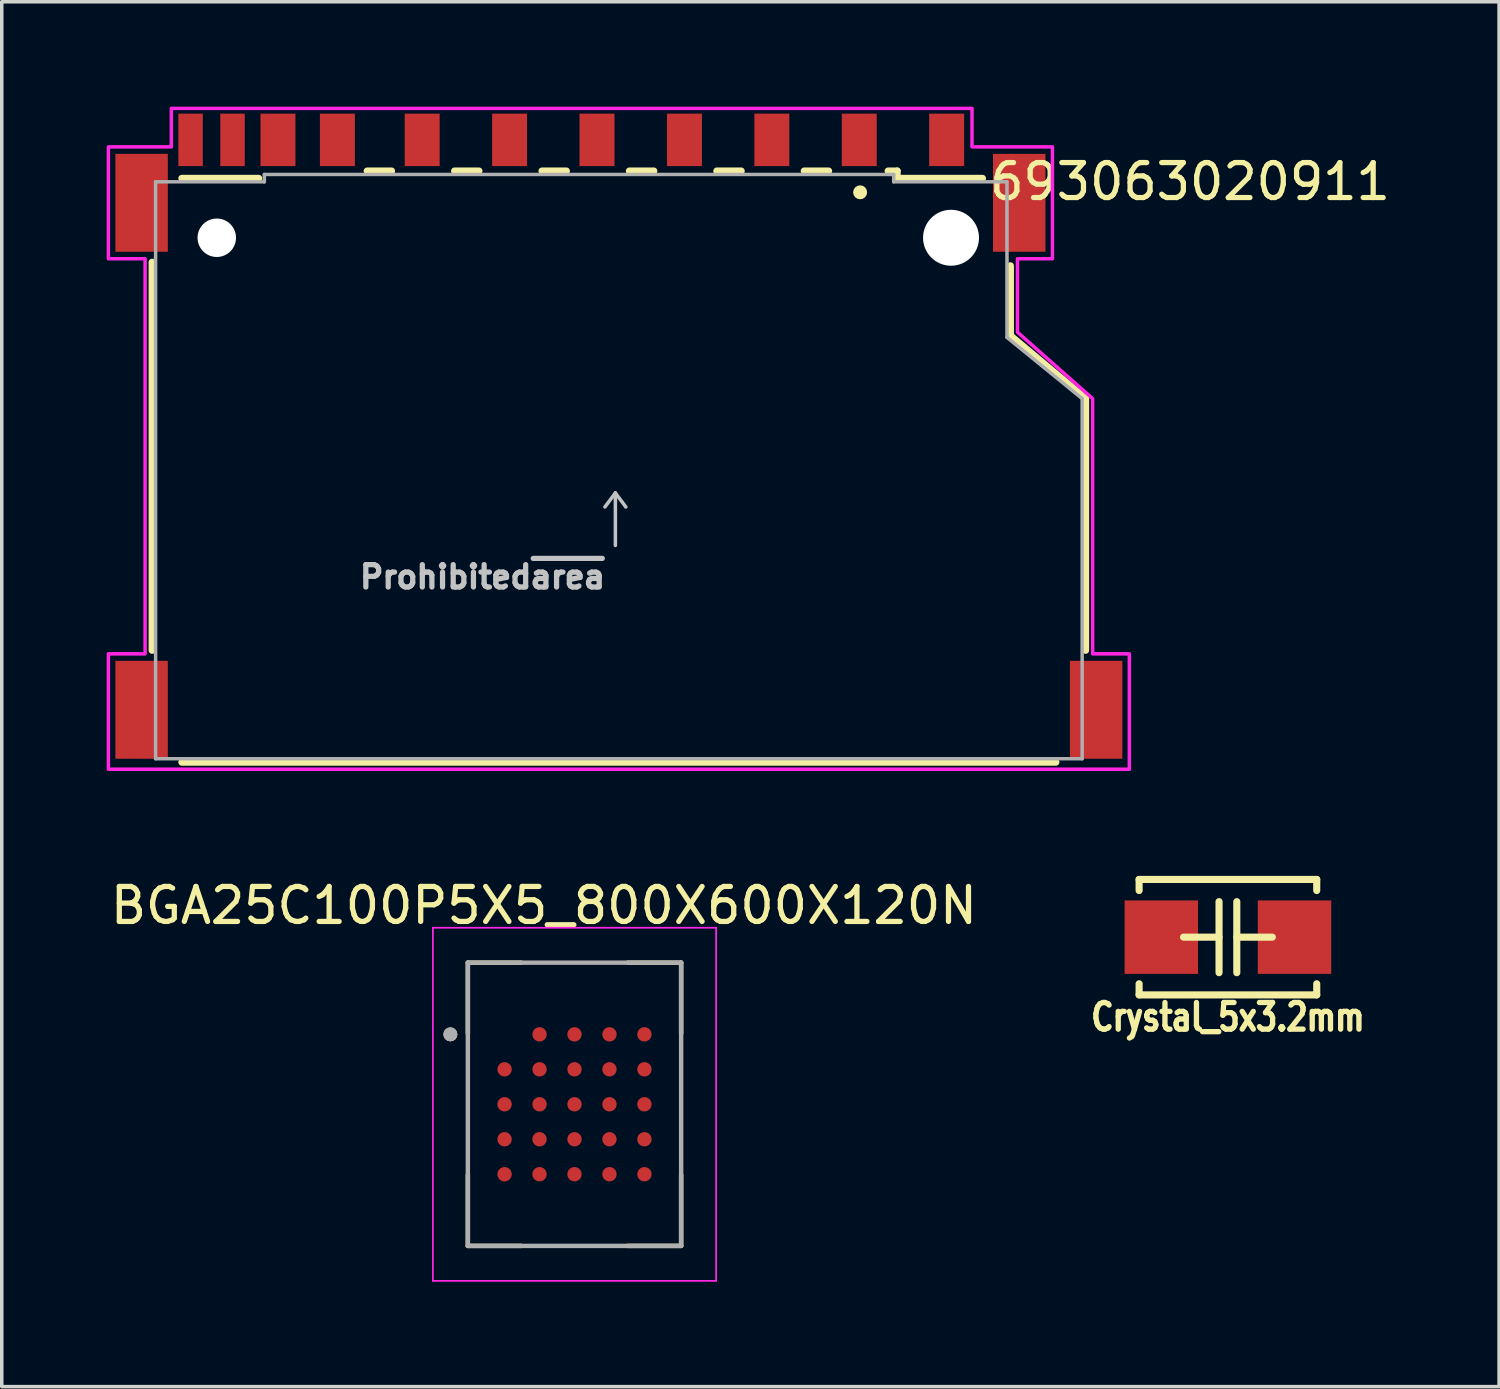
<source format=kicad_pcb>
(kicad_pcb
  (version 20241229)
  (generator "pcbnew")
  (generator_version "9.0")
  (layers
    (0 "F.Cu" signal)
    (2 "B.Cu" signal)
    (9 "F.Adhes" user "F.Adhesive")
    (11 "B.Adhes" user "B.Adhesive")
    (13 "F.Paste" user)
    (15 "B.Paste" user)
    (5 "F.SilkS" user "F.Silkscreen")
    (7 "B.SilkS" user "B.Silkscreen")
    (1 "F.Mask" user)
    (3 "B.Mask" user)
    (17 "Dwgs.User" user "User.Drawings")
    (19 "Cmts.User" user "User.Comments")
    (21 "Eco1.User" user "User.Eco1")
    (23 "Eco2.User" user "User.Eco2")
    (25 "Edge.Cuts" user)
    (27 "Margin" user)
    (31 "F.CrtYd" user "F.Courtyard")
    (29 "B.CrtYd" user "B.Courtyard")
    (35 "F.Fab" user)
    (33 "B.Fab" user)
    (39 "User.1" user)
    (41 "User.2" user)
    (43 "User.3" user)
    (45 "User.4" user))
  (footprint "693063020911"
    (layer "F.Cu")
    (at 14.65 10.4)
    (property "Reference" "693063020911" (at 16.335 -8.255 0) (layer "F.SilkS") (effects (font (size 1 1) (thickness 0.15))))
    (attr smd)
    (fp_line (start -13.35 -5.95) (end -13.35 5.15) (stroke (width 0.2) (type solid)) (layer "F.SilkS"))
    (fp_line (start -12.5 -8.35) (end -10.3 -8.35) (stroke (width 0.2) (type solid)) (layer "F.SilkS"))
    (fp_line (start -12.5 8.35) (end 12.5 8.35) (stroke (width 0.2) (type solid)) (layer "F.SilkS"))
    (fp_line (start -7.2 -8.56) (end -6.5 -8.56) (stroke (width 0.2) (type solid)) (layer "F.SilkS"))
    (fp_line (start -4.7 -8.56) (end -4 -8.56) (stroke (width 0.2) (type solid)) (layer "F.SilkS"))
    (fp_line (start -2.2 -8.56) (end -1.5 -8.56) (stroke (width 0.2) (type solid)) (layer "F.SilkS"))
    (fp_line (start 0.3 -8.56) (end 1 -8.56) (stroke (width 0.2) (type solid)) (layer "F.SilkS"))
    (fp_line (start 2.8 -8.56) (end 3.5 -8.56) (stroke (width 0.2) (type solid)) (layer "F.SilkS"))
    (fp_line (start 5.3 -8.56) (end 6 -8.56) (stroke (width 0.2) (type solid)) (layer "F.SilkS"))
    (fp_line (start 7.7 -8.56) (end 7.96 -8.56) (stroke (width 0.2) (type solid)) (layer "F.SilkS"))
    (fp_line (start 7.96 -8.56) (end 7.96 -8.35) (stroke (width 0.2) (type solid)) (layer "F.SilkS"))
    (fp_line (start 7.96 -8.35) (end 10.4 -8.35) (stroke (width 0.2) (type solid)) (layer "F.SilkS"))
    (fp_line (start 11.2 -5.85) (end 11.2 -3.85) (stroke (width 0.2) (type solid)) (layer "F.SilkS"))
    (fp_line (start 11.2 -3.85) (end 13.35 -2.05) (stroke (width 0.2) (type solid)) (layer "F.SilkS"))
    (fp_line (start 13.35 -2.05) (end 13.35 5.15) (stroke (width 0.2) (type solid)) (layer "F.SilkS"))
    (fp_circle (center 6.9 -7.95) (end 7 -7.95) (stroke (width 0.2) (type solid)) (fill no) (layer "F.SilkS"))
    (fp_line (start -0.1 0.65) (end -0.4 1.05) (stroke (width 0.1) (type solid)) (layer "Dwgs.User"))
    (fp_line (start -0.1 0.65) (end -0.1 2.15) (stroke (width 0.1) (type solid)) (layer "Dwgs.User"))
    (fp_line (start -0.1 0.65) (end 0.2 1.05) (stroke (width 0.1) (type solid)) (layer "Dwgs.User"))
    (fp_poly (pts (xy 10.1 -10.35) (xy 10.1 -9.25) (xy 12.4 -9.25) (xy 12.4 -6.05) (xy 11.4 -6.05) (xy 11.4 -3.95) (xy 13.55 -2.05) (xy 13.55 5.25) (xy 14.6 5.25) (xy 14.6 8.55) (xy -14.6 8.55) (xy -14.6 5.25) (xy -13.55 5.25) (xy -13.55 -6.05) (xy -14.6 -6.05) (xy -14.6 -9.25) (xy -12.8 -9.25) (xy -12.8 -10.35)) (stroke (width 0.1) (type solid)) (fill no) (layer "F.CrtYd"))
    (fp_line (start -13.25 -8.25) (end -10.14 -8.25) (stroke (width 0.1) (type solid)) (layer "F.Fab"))
    (fp_line (start -13.25 8.25) (end -13.25 -8.25) (stroke (width 0.1) (type solid)) (layer "F.Fab"))
    (fp_line (start -13.25 8.25) (end 13.25 8.25) (stroke (width 0.1) (type solid)) (layer "F.Fab"))
    (fp_line (start -10.14 -8.46) (end 7.86 -8.46) (stroke (width 0.1) (type solid)) (layer "F.Fab"))
    (fp_line (start -10.14 -8.25) (end -10.14 -8.46) (stroke (width 0.1) (type solid)) (layer "F.Fab"))
    (fp_line (start 7.86 -8.46) (end 7.86 -8.25) (stroke (width 0.1) (type solid)) (layer "F.Fab"))
    (fp_line (start 7.86 -8.25) (end 11.1 -8.25) (stroke (width 0.1) (type solid)) (layer "F.Fab"))
    (fp_line (start 11.1 -8.25) (end 11.1 -3.8) (stroke (width 0.1) (type solid)) (layer "F.Fab"))
    (fp_line (start 11.1 -3.8) (end 13.25 -2.05) (stroke (width 0.1) (type solid)) (layer "F.Fab"))
    (fp_line (start 13.25 -2.05) (end 13.25 8.25) (stroke (width 0.1) (type solid)) (layer "F.Fab"))
    (fp_text user "Prohibited~{area}" (at -3.9 3.05 0) (layer "Dwgs.User") (effects (font (size 0.64 0.64) (thickness 0.15))))
    (pad "" np_thru_hole circle (at -11.5 -6.65) (size 1.1 1.1) (drill 1.1) (layers "*.Cu" "*.Mask"))
    (pad "" np_thru_hole circle (at 9.5 -6.65) (size 1.6 1.6) (drill 1.6) (layers "*.Cu" "*.Mask"))
    (pad "1" smd rect (at 6.875 -9.45) (size 1 1.5) (layers "F.Cu" "F.Mask" "F.Paste"))
    (pad "2" smd rect (at 4.375 -9.45) (size 1 1.5) (layers "F.Cu" "F.Mask" "F.Paste"))
    (pad "3" smd rect (at 1.875 -9.45) (size 1 1.5) (layers "F.Cu" "F.Mask" "F.Paste"))
    (pad "4" smd rect (at -0.625 -9.45) (size 1 1.5) (layers "F.Cu" "F.Mask" "F.Paste"))
    (pad "5" smd rect (at -3.125 -9.45) (size 1 1.5) (layers "F.Cu" "F.Mask" "F.Paste"))
    (pad "6" smd rect (at -5.625 -9.45) (size 1 1.5) (layers "F.Cu" "F.Mask" "F.Paste"))
    (pad "7" smd rect (at -8.05 -9.45) (size 1 1.5) (layers "F.Cu" "F.Mask" "F.Paste"))
    (pad "8" smd rect (at -9.75 -9.45) (size 1 1.5) (layers "F.Cu" "F.Mask" "F.Paste"))
    (pad "9" smd rect (at 9.375 -9.45) (size 1 1.5) (layers "F.Cu" "F.Mask" "F.Paste"))
    (pad "CD" smd rect (at -11.05 -9.45) (size 0.7 1.5) (layers "F.Cu" "F.Mask" "F.Paste"))
    (pad "S1" smd rect (at -13.65 -7.65) (size 1.5 2.8) (layers "F.Cu" "F.Mask" "F.Paste"))
    (pad "S2" smd rect (at 11.45 -7.65) (size 1.5 2.8) (layers "F.Cu" "F.Mask" "F.Paste"))
    (pad "S3" smd rect (at 13.65 6.85) (size 1.5 2.8) (layers "F.Cu" "F.Mask" "F.Paste"))
    (pad "S4" smd rect (at -13.65 6.85) (size 1.5 2.8) (layers "F.Cu" "F.Mask" "F.Paste"))
    (pad "WP" smd rect (at -12.25 -9.45) (size 0.7 1.5) (layers "F.Cu" "F.Mask" "F.Paste"))
    (zone (net_name "") (layers "F.Cu" "B.Cu") (hatch full 0.508) (connect_pads) (min_thickness 0.01) (filled_areas_thickness no) (keepout (tracks allowed) (vias not_allowed) (pads allowed) (copperpour allowed) (footprints allowed)) (placement (enabled no)) (fill) (polygon (pts (xy 4.9 8.95) (xy 6.1 8.95) (xy 6.1 10.45) (xy 4.9 10.45))))
    (zone (net_name "") (layers "F.Cu" "B.Cu") (hatch full 0.508) (connect_pads) (min_thickness 0.01) (filled_areas_thickness no) (keepout (tracks allowed) (vias not_allowed) (pads allowed) (copperpour allowed) (footprints allowed)) (placement (enabled no)) (fill) (polygon (pts (xy 6.6 8.95) (xy 7.8 8.95) (xy 7.8 10.45) (xy 6.6 10.45))))
    (zone (net_name "") (layers "F.Cu" "B.Cu") (hatch full 0.508) (connect_pads) (min_thickness 0.01) (filled_areas_thickness no) (keepout (tracks allowed) (vias not_allowed) (pads allowed) (copperpour allowed) (footprints allowed)) (placement (enabled no)) (fill) (polygon (pts (xy 9.02 8.95) (xy 10.22 8.95) (xy 10.22 10.45) (xy 9.02 10.45))))
    (zone (net_name "") (layers "F.Cu" "B.Cu") (hatch full 0.508) (connect_pads) (min_thickness 0.01) (filled_areas_thickness no) (keepout (tracks allowed) (vias not_allowed) (pads allowed) (copperpour allowed) (footprints allowed)) (placement (enabled no)) (fill) (polygon (pts (xy 11.52 8.95) (xy 12.72 8.95) (xy 12.72 10.45) (xy 11.52 10.45))))
    (zone (net_name "") (layers "F.Cu" "B.Cu") (hatch full 0.508) (connect_pads) (min_thickness 0.01) (filled_areas_thickness no) (keepout (tracks allowed) (vias not_allowed) (pads allowed) (copperpour allowed) (footprints allowed)) (placement (enabled no)) (fill) (polygon (pts (xy 14.02 9.35) (xy 15.22 9.35) (xy 15.22 10.85) (xy 14.02 10.85))))
    (zone (net_name "") (layers "F.Cu" "B.Cu") (hatch full 0.508) (connect_pads) (min_thickness 0.01) (filled_areas_thickness no) (keepout (tracks allowed) (vias not_allowed) (pads allowed) (copperpour allowed) (footprints allowed)) (placement (enabled no)) (fill) (polygon (pts (xy 16.52 9.35) (xy 17.72 9.35) (xy 17.72 10.85) (xy 16.52 10.85))))
    (zone (net_name "") (layers "F.Cu" "B.Cu") (hatch full 0.508) (connect_pads) (min_thickness 0.01) (filled_areas_thickness no) (keepout (tracks allowed) (vias not_allowed) (pads allowed) (copperpour allowed) (footprints allowed)) (placement (enabled no)) (fill) (polygon (pts (xy 19.02 8.95) (xy 20.22 8.95) (xy 20.22 10.45) (xy 19.02 10.45))))
    (zone (net_name "") (layers "F.Cu" "B.Cu") (hatch full 0.508) (connect_pads) (min_thickness 0.01) (filled_areas_thickness no) (keepout (tracks allowed) (vias not_allowed) (pads allowed) (copperpour allowed) (footprints allowed)) (placement (enabled no)) (fill) (polygon (pts (xy 21.52 8.95) (xy 22.72 8.95) (xy 22.72 10.45) (xy 21.52 10.45))))
    (zone (net_name "") (layers "F.Cu" "B.Cu") (hatch full 0.508) (connect_pads) (min_thickness 0.01) (filled_areas_thickness no) (keepout (tracks allowed) (vias not_allowed) (pads allowed) (copperpour allowed) (footprints allowed)) (placement (enabled no)) (fill) (polygon (pts (xy 24.02 11.15) (xy 25.22 11.15) (xy 25.22 12.65) (xy 24.02 12.65)))))
  (footprint "Crystal_5x3.2mm"
    (layer "F.Cu")
    (at 32.069 23.753)
    (property "Reference" "Crystal_5x3.2mm" (at 0 2.286 0) (layer "F.SilkS") (effects (font (size 0.762 0.61) (thickness 0.152))))
    (attr smd)
    (fp_line (start -2.54 -1.651) (end -2.54 -1.333) (stroke (width 0.203) (type solid)) (layer "F.SilkS"))
    (fp_line (start -2.54 -1.651) (end 2.54 -1.651) (stroke (width 0.203) (type solid)) (layer "F.SilkS"))
    (fp_line (start -2.54 1.651) (end -2.54 1.333) (stroke (width 0.203) (type solid)) (layer "F.SilkS"))
    (fp_line (start -2.54 1.651) (end 2.54 1.651) (stroke (width 0.203) (type solid)) (layer "F.SilkS"))
    (fp_line (start -0.254 -1.016) (end -0.254 1.016) (stroke (width 0.203) (type solid)) (layer "F.SilkS"))
    (fp_line (start -0.254 0) (end -1.27 0) (stroke (width 0.203) (type solid)) (layer "F.SilkS"))
    (fp_line (start 0.254 -1.016) (end 0.254 1.016) (stroke (width 0.203) (type solid)) (layer "F.SilkS"))
    (fp_line (start 0.254 0) (end 1.27 0) (stroke (width 0.203) (type solid)) (layer "F.SilkS"))
    (fp_line (start 2.54 -1.651) (end 2.54 -1.333) (stroke (width 0.203) (type solid)) (layer "F.SilkS"))
    (fp_line (start 2.54 1.651) (end 2.54 1.333) (stroke (width 0.203) (type solid)) (layer "F.SilkS"))
    (pad "1" smd rect (at -1.905 0) (size 2.101 2.101) (layers "F.Cu" "F.Mask" "F.Paste"))
    (pad "2" smd rect (at 1.905 0) (size 2.101 2.101) (layers "F.Cu" "F.Mask" "F.Paste")))
  (footprint "BGA25C100P5X5_800X600X120N"
    (layer "F.Cu")
    (at 13.381 28.533)
    (property "Reference" "BGA25C100P5X5_800X600X120N" (at -0.875 -5.685 0) (layer "F.SilkS") (effects (font (size 1 1) (thickness 0.15))))
    (attr smd)
    (fp_line (start -3.05 -4.05) (end -3.05 -2.025) (stroke (width 0.127) (type solid)) (layer "F.SilkS"))
    (fp_line (start -3.05 -4.05) (end -1.525 -4.05) (stroke (width 0.127) (type solid)) (layer "F.SilkS"))
    (fp_line (start -3.05 4.05) (end -3.05 2.025) (stroke (width 0.127) (type solid)) (layer "F.SilkS"))
    (fp_line (start -3.05 4.05) (end -1.525 4.05) (stroke (width 0.127) (type solid)) (layer "F.SilkS"))
    (fp_line (start 3.05 -4.05) (end 1.525 -4.05) (stroke (width 0.127) (type solid)) (layer "F.SilkS"))
    (fp_line (start 3.05 -4.05) (end 3.05 -2.025) (stroke (width 0.127) (type solid)) (layer "F.SilkS"))
    (fp_line (start 3.05 4.05) (end 1.525 4.05) (stroke (width 0.127) (type solid)) (layer "F.SilkS"))
    (fp_line (start 3.05 4.05) (end 3.05 2.025) (stroke (width 0.127) (type solid)) (layer "F.SilkS"))
    (fp_circle (center -3.55 -2) (end -3.45 -2) (stroke (width 0.2) (type solid)) (fill no) (layer "F.SilkS"))
    (fp_line (start -4.05 -5.05) (end 4.05 -5.05) (stroke (width 0.05) (type solid)) (layer "F.CrtYd"))
    (fp_line (start -4.05 5.05) (end -4.05 -5.05) (stroke (width 0.05) (type solid)) (layer "F.CrtYd"))
    (fp_line (start -4.05 5.05) (end 4.05 5.05) (stroke (width 0.05) (type solid)) (layer "F.CrtYd"))
    (fp_line (start 4.05 5.05) (end 4.05 -5.05) (stroke (width 0.05) (type solid)) (layer "F.CrtYd"))
    (fp_line (start -3.05 4.05) (end -3.05 -4.05) (stroke (width 0.127) (type solid)) (layer "F.Fab"))
    (fp_line (start 3.05 -4.05) (end -3.05 -4.05) (stroke (width 0.127) (type solid)) (layer "F.Fab"))
    (fp_line (start 3.05 4.05) (end -3.05 4.05) (stroke (width 0.127) (type solid)) (layer "F.Fab"))
    (fp_line (start 3.05 4.05) (end 3.05 -4.05) (stroke (width 0.127) (type solid)) (layer "F.Fab"))
    (fp_circle (center -3.55 -2) (end -3.45 -2) (stroke (width 0.2) (type solid)) (fill no) (layer "F.Fab"))
    (pad "A2" smd circle (at -1 -2) (size 0.41 0.41) (layers "F.Cu" "F.Mask" "F.Paste"))
    (pad "A3" smd circle (at 0 -2) (size 0.41 0.41) (layers "F.Cu" "F.Mask" "F.Paste"))
    (pad "A4" smd circle (at 1 -2) (size 0.41 0.41) (layers "F.Cu" "F.Mask" "F.Paste"))
    (pad "A5" smd circle (at 2 -2) (size 0.41 0.41) (layers "F.Cu" "F.Mask" "F.Paste"))
    (pad "B1" smd circle (at -2 -1) (size 0.41 0.41) (layers "F.Cu" "F.Mask" "F.Paste"))
    (pad "B2" smd circle (at -1 -1) (size 0.41 0.41) (layers "F.Cu" "F.Mask" "F.Paste"))
    (pad "B3" smd circle (at 0 -1) (size 0.41 0.41) (layers "F.Cu" "F.Mask" "F.Paste"))
    (pad "B4" smd circle (at 1 -1) (size 0.41 0.41) (layers "F.Cu" "F.Mask" "F.Paste"))
    (pad "B5" smd circle (at 2 -1) (size 0.41 0.41) (layers "F.Cu" "F.Mask" "F.Paste"))
    (pad "C1" smd circle (at -2 0) (size 0.41 0.41) (layers "F.Cu" "F.Mask" "F.Paste"))
    (pad "C2" smd circle (at -1 0) (size 0.41 0.41) (layers "F.Cu" "F.Mask" "F.Paste"))
    (pad "C3" smd circle (at 0 0) (size 0.41 0.41) (layers "F.Cu" "F.Mask" "F.Paste"))
    (pad "C4" smd circle (at 1 0) (size 0.41 0.41) (layers "F.Cu" "F.Mask" "F.Paste"))
    (pad "C5" smd circle (at 2 0) (size 0.41 0.41) (layers "F.Cu" "F.Mask" "F.Paste"))
    (pad "D1" smd circle (at -2 1) (size 0.41 0.41) (layers "F.Cu" "F.Mask" "F.Paste"))
    (pad "D2" smd circle (at -1 1) (size 0.41 0.41) (layers "F.Cu" "F.Mask" "F.Paste"))
    (pad "D3" smd circle (at 0 1) (size 0.41 0.41) (layers "F.Cu" "F.Mask" "F.Paste"))
    (pad "D4" smd circle (at 1 1) (size 0.41 0.41) (layers "F.Cu" "F.Mask" "F.Paste"))
    (pad "D5" smd circle (at 2 1) (size 0.41 0.41) (layers "F.Cu" "F.Mask" "F.Paste"))
    (pad "E1" smd circle (at -2 2) (size 0.41 0.41) (layers "F.Cu" "F.Mask" "F.Paste"))
    (pad "E2" smd circle (at -1 2) (size 0.41 0.41) (layers "F.Cu" "F.Mask" "F.Paste"))
    (pad "E3" smd circle (at 0 2) (size 0.41 0.41) (layers "F.Cu" "F.Mask" "F.Paste"))
    (pad "E4" smd circle (at 1 2) (size 0.41 0.41) (layers "F.Cu" "F.Mask" "F.Paste"))
    (pad "E5" smd circle (at 2 2) (size 0.41 0.41) (layers "F.Cu" "F.Mask" "F.Paste")))
  (gr_rect
    (start -3 -3)
    (end 39.824 36.608)
    (stroke (width 0.1) (type default))
    (fill no)
    (layer "Edge.Cuts")))
</source>
